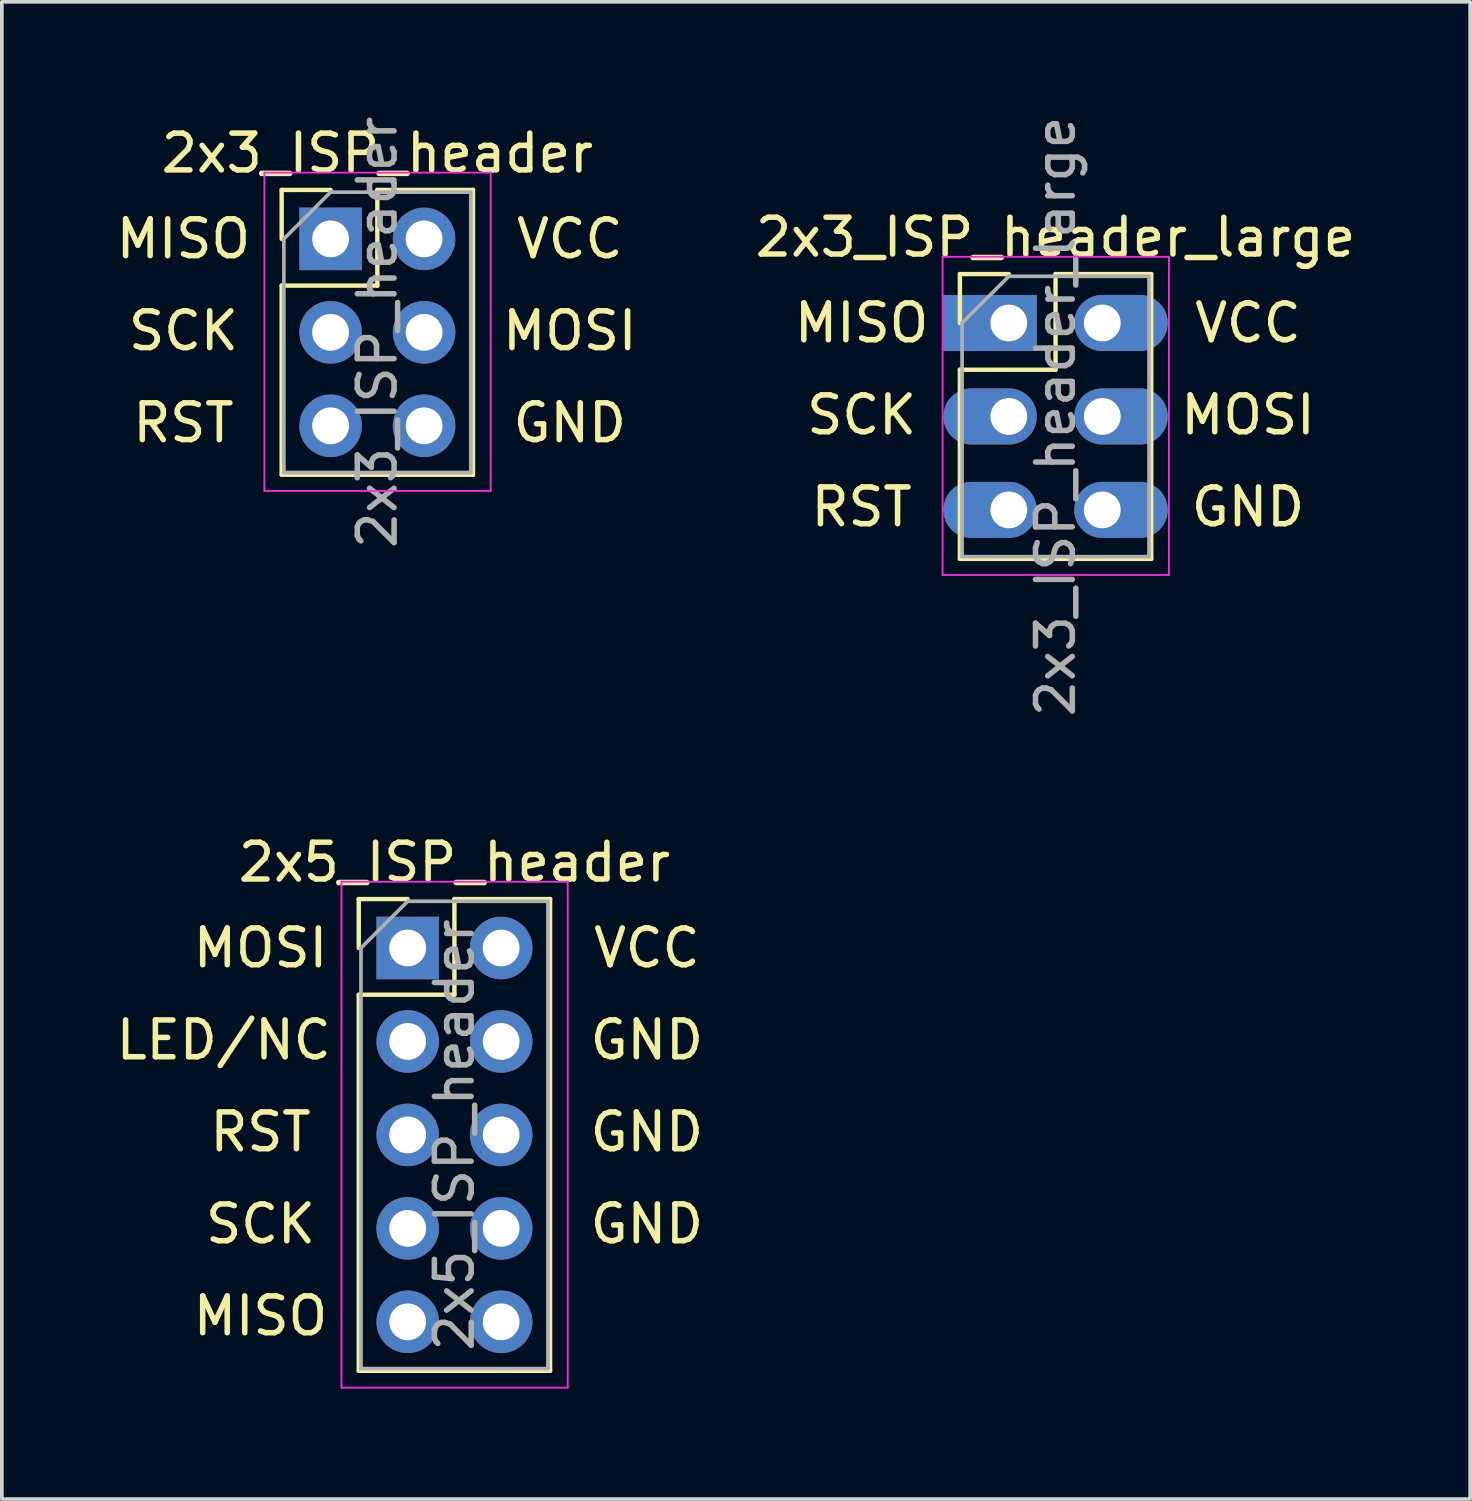
<source format=kicad_pcb>
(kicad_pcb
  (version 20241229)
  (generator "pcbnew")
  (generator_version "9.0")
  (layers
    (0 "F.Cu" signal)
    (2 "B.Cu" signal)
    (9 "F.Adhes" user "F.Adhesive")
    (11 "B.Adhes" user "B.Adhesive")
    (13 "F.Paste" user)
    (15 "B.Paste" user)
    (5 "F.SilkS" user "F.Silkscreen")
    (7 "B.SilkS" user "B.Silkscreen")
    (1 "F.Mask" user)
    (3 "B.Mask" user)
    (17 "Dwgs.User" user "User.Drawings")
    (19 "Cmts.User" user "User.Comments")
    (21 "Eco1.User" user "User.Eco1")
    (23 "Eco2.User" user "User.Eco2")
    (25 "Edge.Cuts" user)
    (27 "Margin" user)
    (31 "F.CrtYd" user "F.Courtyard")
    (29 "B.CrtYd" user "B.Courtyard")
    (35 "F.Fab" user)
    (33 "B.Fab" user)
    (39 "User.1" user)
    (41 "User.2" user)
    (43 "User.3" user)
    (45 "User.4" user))
  (footprint "2x5_ISP_header"
    (layer "F.Cu")
    (at 8.03 22.714)
    (property "Reference" "2x5_ISP_header" (at 1.27 -2.33 0) (layer "F.SilkS") (effects (font (size 1 1) (thickness 0.15))))
    (attr through_hole)
    (fp_line (start -1.33 -1.33) (end 0 -1.33) (stroke (width 0.12) (type solid)) (layer "F.SilkS"))
    (fp_line (start -1.33 0) (end -1.33 -1.33) (stroke (width 0.12) (type solid)) (layer "F.SilkS"))
    (fp_line (start -1.33 1.27) (end -1.33 11.49) (stroke (width 0.12) (type solid)) (layer "F.SilkS"))
    (fp_line (start -1.33 1.27) (end 1.27 1.27) (stroke (width 0.12) (type solid)) (layer "F.SilkS"))
    (fp_line (start -1.33 11.49) (end 3.87 11.49) (stroke (width 0.12) (type solid)) (layer "F.SilkS"))
    (fp_line (start 1.27 -1.33) (end 3.87 -1.33) (stroke (width 0.12) (type solid)) (layer "F.SilkS"))
    (fp_line (start 1.27 1.27) (end 1.27 -1.33) (stroke (width 0.12) (type solid)) (layer "F.SilkS"))
    (fp_line (start 3.87 -1.33) (end 3.87 11.49) (stroke (width 0.12) (type solid)) (layer "F.SilkS"))
    (fp_line (start -1.8 -1.8) (end -1.8 11.95) (stroke (width 0.05) (type solid)) (layer "F.CrtYd"))
    (fp_line (start -1.8 11.95) (end 4.35 11.95) (stroke (width 0.05) (type solid)) (layer "F.CrtYd"))
    (fp_line (start 4.35 -1.8) (end -1.8 -1.8) (stroke (width 0.05) (type solid)) (layer "F.CrtYd"))
    (fp_line (start 4.35 11.95) (end 4.35 -1.8) (stroke (width 0.05) (type solid)) (layer "F.CrtYd"))
    (fp_line (start -1.27 0) (end 0 -1.27) (stroke (width 0.1) (type solid)) (layer "F.Fab"))
    (fp_line (start -1.27 11.43) (end -1.27 0) (stroke (width 0.1) (type solid)) (layer "F.Fab"))
    (fp_line (start 0 -1.27) (end 3.81 -1.27) (stroke (width 0.1) (type solid)) (layer "F.Fab"))
    (fp_line (start 3.81 -1.27) (end 3.81 11.43) (stroke (width 0.1) (type solid)) (layer "F.Fab"))
    (fp_line (start 3.81 11.43) (end -1.27 11.43) (stroke (width 0.1) (type solid)) (layer "F.Fab"))
    (fp_text user "RST" (at -4 5 0) (layer "F.SilkS") (effects (font (size 1 1) (thickness 0.15))))
    (fp_text user "VCC" (at 6.5 0 0) (layer "F.SilkS") (effects (font (size 1 1) (thickness 0.15))))
    (fp_text user "GND" (at 6.5 7.5 0) (layer "F.SilkS") (effects (font (size 1 1) (thickness 0.15))))
    (fp_text user "MISO" (at -4 10 0) (layer "F.SilkS") (effects (font (size 1 1) (thickness 0.15))))
    (fp_text user "GND" (at 6.5 5 0) (layer "F.SilkS") (effects (font (size 1 1) (thickness 0.15))))
    (fp_text user "SCK" (at -4 7.5 0) (layer "F.SilkS") (effects (font (size 1 1) (thickness 0.15))))
    (fp_text user "GND" (at 6.5 2.5 0) (layer "F.SilkS") (effects (font (size 1 1) (thickness 0.15))))
    (fp_text user "LED/NC" (at -5 2.5 0) (layer "F.SilkS") (effects (font (size 1 1) (thickness 0.15))))
    (fp_text user "MOSI" (at -4 0 0) (layer "F.SilkS") (effects (font (size 1 1) (thickness 0.15))))
    (fp_text user "${REFERENCE}" (at 1.27 5.08 90) (layer "F.Fab") (effects (font (size 1 1) (thickness 0.15))))
    (pad "1" thru_hole rect (at 0 0) (size 1.7 1.7) (drill 1) (layers "*.Cu" "*.Mask"))
    (pad "2" thru_hole oval (at 2.54 0) (size 1.7 1.7) (drill 1) (layers "*.Cu" "*.Mask"))
    (pad "3" thru_hole oval (at 0 2.54) (size 1.7 1.7) (drill 1) (layers "*.Cu" "*.Mask"))
    (pad "4" thru_hole oval (at 2.54 2.54) (size 1.7 1.7) (drill 1) (layers "*.Cu" "*.Mask"))
    (pad "5" thru_hole oval (at 0 5.08) (size 1.7 1.7) (drill 1) (layers "*.Cu" "*.Mask"))
    (pad "6" thru_hole oval (at 2.54 5.08) (size 1.7 1.7) (drill 1) (layers "*.Cu" "*.Mask"))
    (pad "7" thru_hole oval (at 0 7.62) (size 1.7 1.7) (drill 1) (layers "*.Cu" "*.Mask"))
    (pad "8" thru_hole oval (at 2.54 7.62) (size 1.7 1.7) (drill 1) (layers "*.Cu" "*.Mask"))
    (pad "9" thru_hole oval (at 0 10.16) (size 1.7 1.7) (drill 1) (layers "*.Cu" "*.Mask"))
    (pad "10" thru_hole oval (at 2.54 10.16) (size 1.7 1.7) (drill 1) (layers "*.Cu" "*.Mask")))
  (footprint "2x3_ISP_header"
    (layer "F.Cu")
    (at 5.935 3.442)
    (property "Reference" "2x3_ISP_header" (at 1.27 -2.33 0) (layer "F.SilkS") (effects (font (size 1 1) (thickness 0.15))))
    (attr through_hole)
    (fp_line (start -1.33 -1.33) (end 0 -1.33) (stroke (width 0.12) (type solid)) (layer "F.SilkS"))
    (fp_line (start -1.33 0) (end -1.33 -1.33) (stroke (width 0.12) (type solid)) (layer "F.SilkS"))
    (fp_line (start -1.33 1.27) (end -1.33 6.41) (stroke (width 0.12) (type solid)) (layer "F.SilkS"))
    (fp_line (start -1.33 1.27) (end 1.27 1.27) (stroke (width 0.12) (type solid)) (layer "F.SilkS"))
    (fp_line (start -1.33 6.41) (end 3.87 6.41) (stroke (width 0.12) (type solid)) (layer "F.SilkS"))
    (fp_line (start 1.27 -1.33) (end 3.87 -1.33) (stroke (width 0.12) (type solid)) (layer "F.SilkS"))
    (fp_line (start 1.27 1.27) (end 1.27 -1.33) (stroke (width 0.12) (type solid)) (layer "F.SilkS"))
    (fp_line (start 3.87 -1.33) (end 3.87 6.41) (stroke (width 0.12) (type solid)) (layer "F.SilkS"))
    (fp_line (start -1.8 -1.8) (end -1.8 6.85) (stroke (width 0.05) (type solid)) (layer "F.CrtYd"))
    (fp_line (start -1.8 6.85) (end 4.35 6.85) (stroke (width 0.05) (type solid)) (layer "F.CrtYd"))
    (fp_line (start 4.35 -1.8) (end -1.8 -1.8) (stroke (width 0.05) (type solid)) (layer "F.CrtYd"))
    (fp_line (start 4.35 6.85) (end 4.35 -1.8) (stroke (width 0.05) (type solid)) (layer "F.CrtYd"))
    (fp_line (start -1.27 0) (end 0 -1.27) (stroke (width 0.1) (type solid)) (layer "F.Fab"))
    (fp_line (start -1.27 6.35) (end -1.27 0) (stroke (width 0.1) (type solid)) (layer "F.Fab"))
    (fp_line (start 0 -1.27) (end 3.81 -1.27) (stroke (width 0.1) (type solid)) (layer "F.Fab"))
    (fp_line (start 3.81 -1.27) (end 3.81 6.35) (stroke (width 0.1) (type solid)) (layer "F.Fab"))
    (fp_line (start 3.81 6.35) (end -1.27 6.35) (stroke (width 0.1) (type solid)) (layer "F.Fab"))
    (fp_text user "MISO" (at -4 0 0) (layer "F.SilkS") (effects (font (size 1 1) (thickness 0.15))))
    (fp_text user "MOSI" (at 6.5 2.5 0) (layer "F.SilkS") (effects (font (size 1 1) (thickness 0.15))))
    (fp_text user "GND" (at 6.5 5 0) (layer "F.SilkS") (effects (font (size 1 1) (thickness 0.15))))
    (fp_text user "RST" (at -4 5 0) (layer "F.SilkS") (effects (font (size 1 1) (thickness 0.15))))
    (fp_text user "SCK" (at -4 2.5 0) (layer "F.SilkS") (effects (font (size 1 1) (thickness 0.15))))
    (fp_text user "VCC" (at 6.5 0 0) (layer "F.SilkS") (effects (font (size 1 1) (thickness 0.15))))
    (fp_text user "${REFERENCE}" (at 1.27 2.54 90) (layer "F.Fab") (effects (font (size 1 1) (thickness 0.15))))
    (pad "1" thru_hole rect (at 0 0) (size 1.7 1.7) (drill 1) (layers "*.Cu" "*.Mask"))
    (pad "2" thru_hole oval (at 2.54 0) (size 1.7 1.7) (drill 1) (layers "*.Cu" "*.Mask"))
    (pad "3" thru_hole oval (at 0 2.54) (size 1.7 1.7) (drill 1) (layers "*.Cu" "*.Mask"))
    (pad "4" thru_hole oval (at 2.54 2.54) (size 1.7 1.7) (drill 1) (layers "*.Cu" "*.Mask"))
    (pad "5" thru_hole oval (at 0 5.08) (size 1.7 1.7) (drill 1) (layers "*.Cu" "*.Mask"))
    (pad "6" thru_hole oval (at 2.54 5.08) (size 1.7 1.7) (drill 1) (layers "*.Cu" "*.Mask")))
  (footprint "2x3_ISP_header_large"
    (layer "F.Cu")
    (at 24.367 5.728)
    (property "Reference" "2x3_ISP_header_large" (at 1.27 -2.33 0) (layer "F.SilkS") (effects (font (size 1 1) (thickness 0.15))))
    (attr through_hole)
    (fp_line (start -1.33 -1.33) (end 0 -1.33) (stroke (width 0.12) (type solid)) (layer "F.SilkS"))
    (fp_line (start -1.33 0) (end -1.33 -1.33) (stroke (width 0.12) (type solid)) (layer "F.SilkS"))
    (fp_line (start -1.33 1.27) (end -1.33 6.41) (stroke (width 0.12) (type solid)) (layer "F.SilkS"))
    (fp_line (start -1.33 1.27) (end 1.27 1.27) (stroke (width 0.12) (type solid)) (layer "F.SilkS"))
    (fp_line (start -1.33 6.41) (end 3.87 6.41) (stroke (width 0.12) (type solid)) (layer "F.SilkS"))
    (fp_line (start 1.27 -1.33) (end 3.87 -1.33) (stroke (width 0.12) (type solid)) (layer "F.SilkS"))
    (fp_line (start 1.27 1.27) (end 1.27 -1.33) (stroke (width 0.12) (type solid)) (layer "F.SilkS"))
    (fp_line (start 3.87 -1.33) (end 3.87 6.41) (stroke (width 0.12) (type solid)) (layer "F.SilkS"))
    (fp_line (start -1.8 -1.8) (end -1.8 6.85) (stroke (width 0.05) (type solid)) (layer "F.CrtYd"))
    (fp_line (start -1.8 6.85) (end 4.35 6.85) (stroke (width 0.05) (type solid)) (layer "F.CrtYd"))
    (fp_line (start 4.35 -1.8) (end -1.8 -1.8) (stroke (width 0.05) (type solid)) (layer "F.CrtYd"))
    (fp_line (start 4.35 6.85) (end 4.35 -1.8) (stroke (width 0.05) (type solid)) (layer "F.CrtYd"))
    (fp_line (start -1.27 0) (end 0 -1.27) (stroke (width 0.1) (type solid)) (layer "F.Fab"))
    (fp_line (start -1.27 6.35) (end -1.27 0) (stroke (width 0.1) (type solid)) (layer "F.Fab"))
    (fp_line (start 0 -1.27) (end 3.81 -1.27) (stroke (width 0.1) (type solid)) (layer "F.Fab"))
    (fp_line (start 3.81 -1.27) (end 3.81 6.35) (stroke (width 0.1) (type solid)) (layer "F.Fab"))
    (fp_line (start 3.81 6.35) (end -1.27 6.35) (stroke (width 0.1) (type solid)) (layer "F.Fab"))
    (fp_text user "SCK" (at -4 2.5 0) (layer "F.SilkS") (effects (font (size 1 1) (thickness 0.15))))
    (fp_text user "MISO" (at -4 0 0) (layer "F.SilkS") (effects (font (size 1 1) (thickness 0.15))))
    (fp_text user "VCC" (at 6.5 0 0) (layer "F.SilkS") (effects (font (size 1 1) (thickness 0.15))))
    (fp_text user "RST" (at -4 5 0) (layer "F.SilkS") (effects (font (size 1 1) (thickness 0.15))))
    (fp_text user "GND" (at 6.5 5 0) (layer "F.SilkS") (effects (font (size 1 1) (thickness 0.15))))
    (fp_text user "MOSI" (at 6.5 2.5 0) (layer "F.SilkS") (effects (font (size 1 1) (thickness 0.15))))
    (fp_text user "${REFERENCE}" (at 1.27 2.54 90) (layer "F.Fab") (effects (font (size 1 1) (thickness 0.15))))
    (pad "1" thru_hole rect (at 0 0) (size 2.54 1.524) (drill 1 (offset -0.508 0)) (layers "*.Cu" "*.Mask"))
    (pad "2" thru_hole oval (at 2.54 0) (size 2.54 1.524) (drill 1 (offset 0.508 0)) (layers "*.Cu" "*.Mask"))
    (pad "3" thru_hole oval (at 0 2.54) (size 2.54 1.524) (drill 1 (offset -0.508 0)) (layers "*.Cu" "*.Mask"))
    (pad "4" thru_hole oval (at 2.54 2.54) (size 2.54 1.524) (drill 1 (offset 0.508 0)) (layers "*.Cu" "*.Mask"))
    (pad "5" thru_hole oval (at 0 5.08) (size 2.54 1.524) (drill 1 (offset -0.508 0)) (layers "*.Cu" "*.Mask"))
    (pad "6" thru_hole oval (at 2.54 5.08) (size 2.54 1.524) (drill 1 (offset 0.508 0)) (layers "*.Cu" "*.Mask")))
  (gr_rect
    (start -3 -3)
    (end 36.905 37.689)
    (stroke (width 0.1) (type default))
    (fill no)
    (layer "Edge.Cuts")))
</source>
